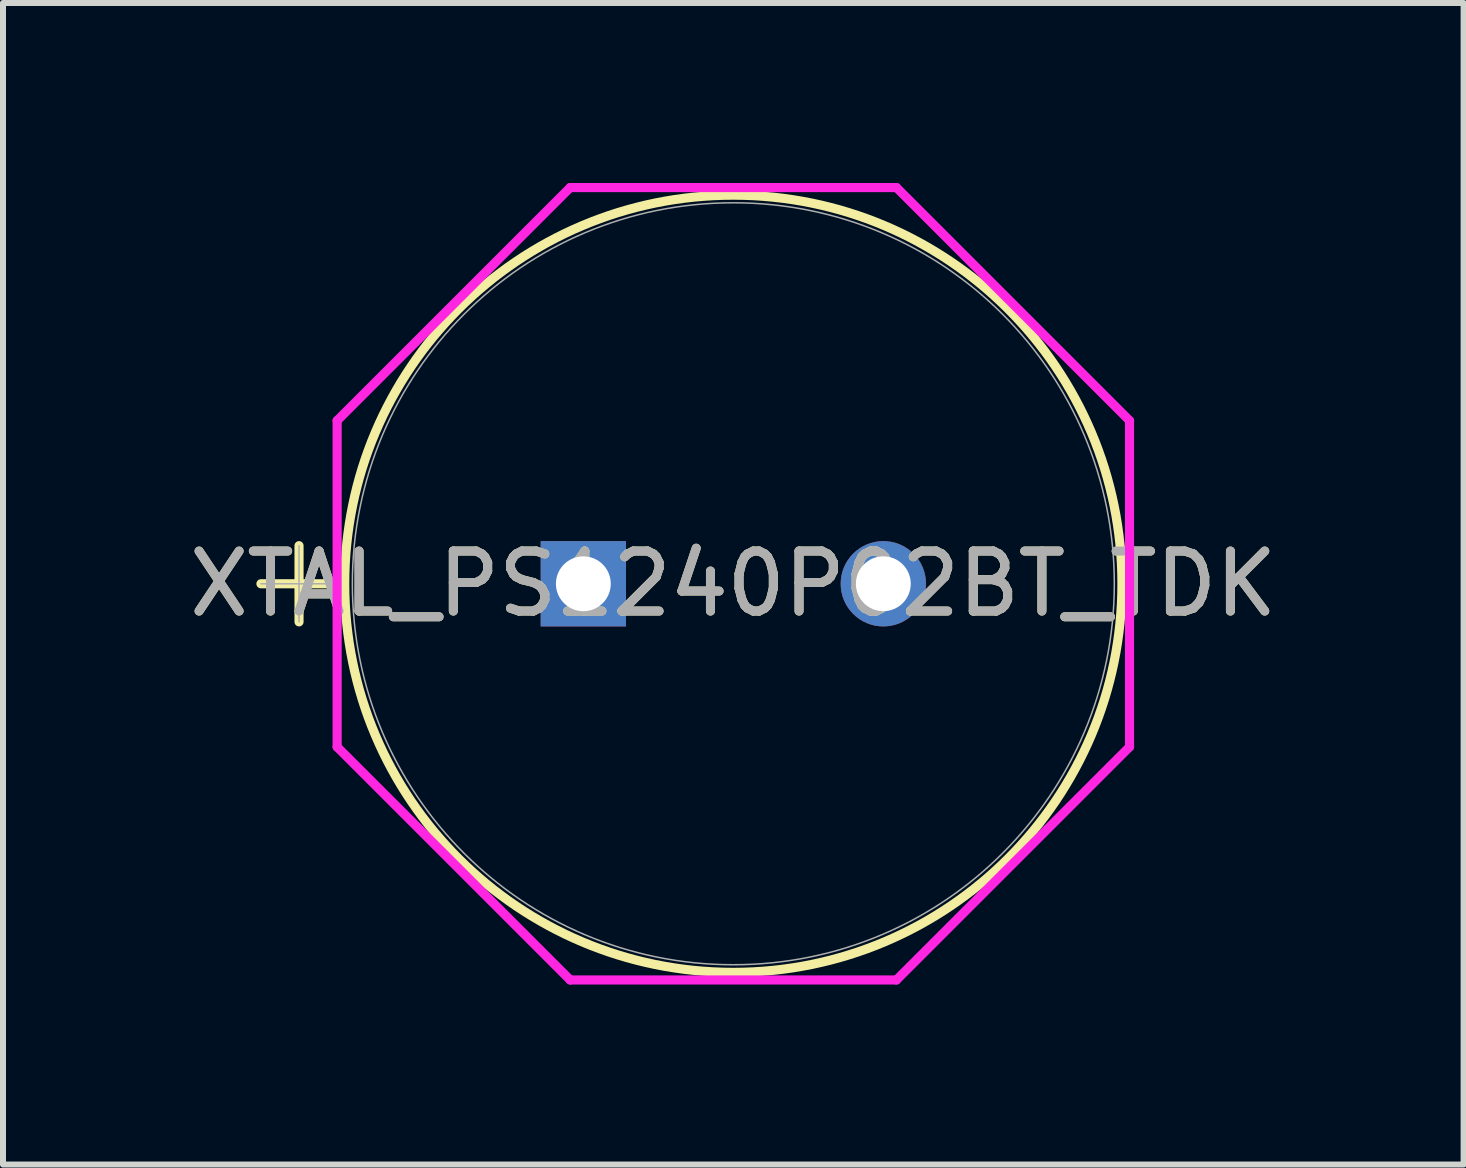
<source format=kicad_pcb>
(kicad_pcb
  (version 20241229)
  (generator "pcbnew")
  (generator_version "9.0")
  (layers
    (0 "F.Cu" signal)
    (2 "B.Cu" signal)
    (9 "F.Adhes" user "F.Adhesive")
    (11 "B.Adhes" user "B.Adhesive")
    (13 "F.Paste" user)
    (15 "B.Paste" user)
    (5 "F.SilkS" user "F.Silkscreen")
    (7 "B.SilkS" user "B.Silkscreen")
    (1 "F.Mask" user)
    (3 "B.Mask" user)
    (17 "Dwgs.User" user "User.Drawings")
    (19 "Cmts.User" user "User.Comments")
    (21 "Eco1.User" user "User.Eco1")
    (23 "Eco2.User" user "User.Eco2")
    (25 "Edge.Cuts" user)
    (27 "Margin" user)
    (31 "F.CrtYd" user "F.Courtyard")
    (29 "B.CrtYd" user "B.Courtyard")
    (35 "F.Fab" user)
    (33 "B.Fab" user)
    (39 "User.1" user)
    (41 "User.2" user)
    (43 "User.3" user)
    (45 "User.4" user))
  (footprint "XTAL_PS1240P02BT_TDK"
    (layer "F.Cu")
    (at 6.673 6.68)
    (property "Reference" "XTAL_PS1240P02BT_TDK" (at 2.5 0 0) (unlocked yes) (layer "F.SilkS") (effects (font (size 1 1) (thickness 0.15))))
    (attr through_hole)
    (fp_line (start -5.374 0) (end -4.104 0) (stroke (width 0.152) (type solid)) (layer "F.SilkS"))
    (fp_line (start -4.739 -0.635) (end -4.739 0.635) (stroke (width 0.152) (type solid)) (layer "F.SilkS"))
    (fp_circle (center 2.5 0) (end 8.977 0) (stroke (width 0.152) (type solid)) (fill no) (layer "F.SilkS"))
    (fp_line (start -4.104 -2.719) (end -0.219 -6.604) (stroke (width 0.152) (type solid)) (layer "F.CrtYd"))
    (fp_line (start -4.104 2.719) (end -4.104 -2.719) (stroke (width 0.152) (type solid)) (layer "F.CrtYd"))
    (fp_line (start -0.219 -6.604) (end 5.219 -6.604) (stroke (width 0.152) (type solid)) (layer "F.CrtYd"))
    (fp_line (start -0.219 6.604) (end -4.104 2.719) (stroke (width 0.152) (type solid)) (layer "F.CrtYd"))
    (fp_line (start 5.219 -6.604) (end 9.104 -2.719) (stroke (width 0.152) (type solid)) (layer "F.CrtYd"))
    (fp_line (start 5.219 6.604) (end -0.219 6.604) (stroke (width 0.152) (type solid)) (layer "F.CrtYd"))
    (fp_line (start 9.104 -2.719) (end 9.104 2.719) (stroke (width 0.152) (type solid)) (layer "F.CrtYd"))
    (fp_line (start 9.104 2.719) (end 5.219 6.604) (stroke (width 0.152) (type solid)) (layer "F.CrtYd"))
    (fp_line (start -5.374 0) (end -4.104 0) (stroke (width 0.025) (type solid)) (layer "F.Fab"))
    (fp_line (start -4.739 -0.635) (end -4.739 0.635) (stroke (width 0.025) (type solid)) (layer "F.Fab"))
    (fp_circle (center 2.5 0) (end 8.85 0) (stroke (width 0.025) (type solid)) (fill no) (layer "F.Fab"))
    (fp_text user "${REFERENCE}" (at 2.5 0 0) (unlocked yes) (layer "F.Fab") (effects (font (size 1 1) (thickness 0.15))))
    (pad "1" thru_hole rect (at 0 0) (size 1.422 1.422) (drill 0.914) (layers "*.Cu" "*.Mask"))
    (pad "2" thru_hole circle (at 5 0) (size 1.422 1.422) (drill 0.914) (layers "*.Cu" "*.Mask")))
  (gr_rect
    (start -3 -3)
    (end 21.345 16.36)
    (stroke (width 0.1) (type default))
    (fill no)
    (layer "Edge.Cuts")))
</source>
